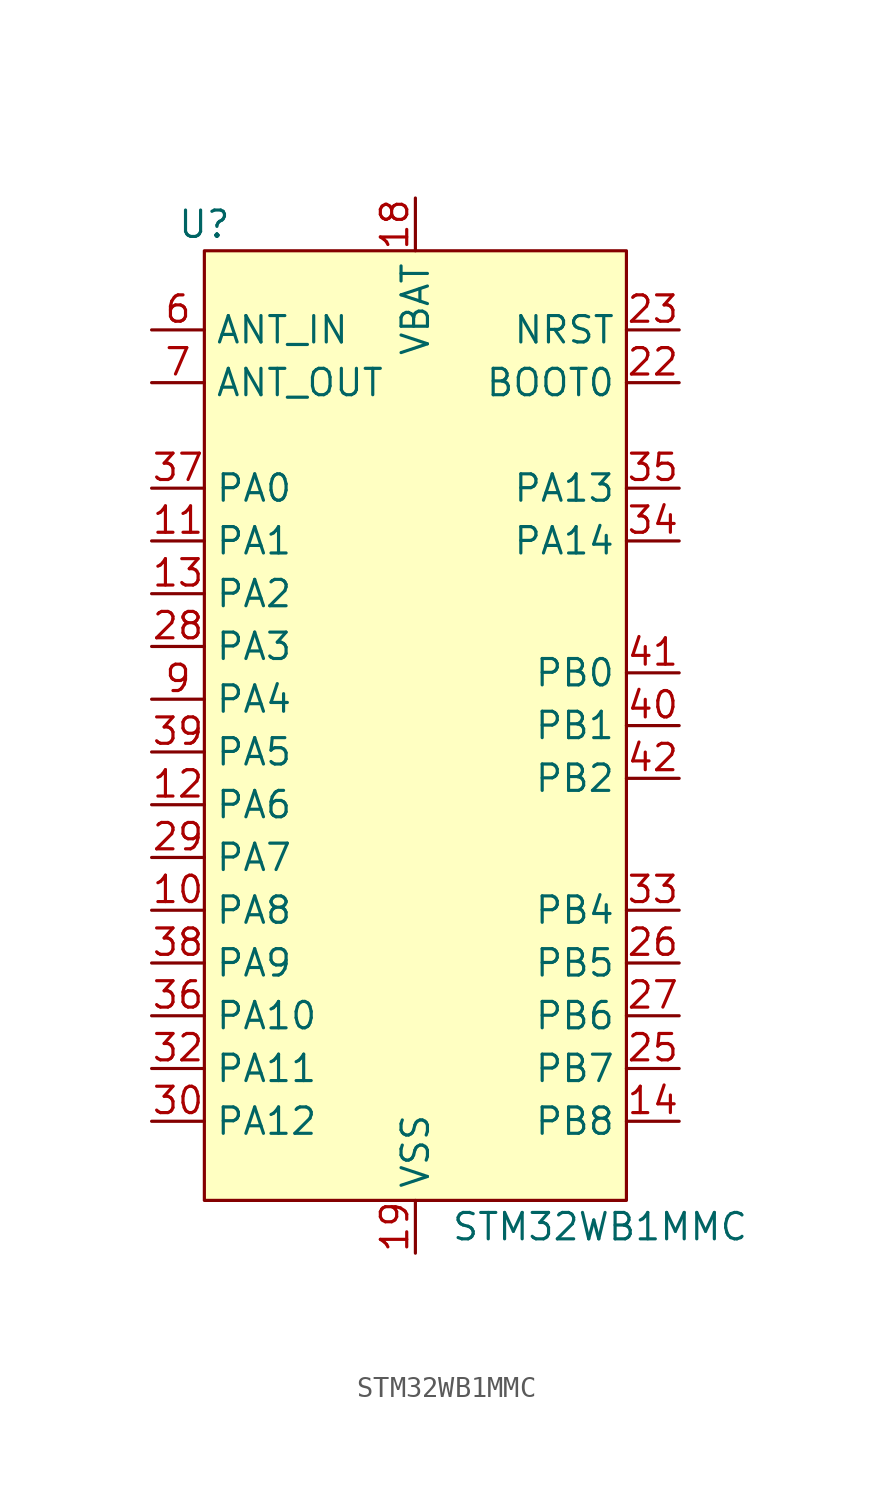
<source format=kicad_sym>
(kicad_symbol_lib
  (version 20241209)
  (generator "kicad_symbol_editor")
  (generator_version "9.0")
  (symbol "STM32WB1MMC"
    (property "Reference" "U"
      (at -10.16 24.13 0)
      (effects (font (size 1.27 1.27))))
    (property "Value" "STM32WB1MMC"
      (at 8.89 -24.13 0)
      (effects (font (size 1.27 1.27))))
    (symbol "STM32WB1MMC_0_1"
      (pin output line (at -12.7 16.51 0) (length 2.54) (name "ANT_OUT" (effects (font (size 1.27 1.27)))) (number "7" (effects (font (size 1.27 1.27)))))
      (pin bidirectional line (at -12.7 11.43 0) (length 2.54) (name "PA0" (effects (font (size 1.27 1.27)))) (number "37" (effects (font (size 1.27 1.27)))))
      (pin bidirectional line (at -12.7 8.89 0) (length 2.54) (name "PA1" (effects (font (size 1.27 1.27)))) (number "11" (effects (font (size 1.27 1.27)))))
      (pin bidirectional line (at -12.7 6.35 0) (length 2.54) (name "PA2" (effects (font (size 1.27 1.27)))) (number "13" (effects (font (size 1.27 1.27)))))
      (pin bidirectional line (at -12.7 3.81 0) (length 2.54) (name "PA3" (effects (font (size 1.27 1.27)))) (number "28" (effects (font (size 1.27 1.27)))))
      (pin bidirectional line (at -12.7 1.27 0) (length 2.54) (name "PA4" (effects (font (size 1.27 1.27)))) (number "9" (effects (font (size 1.27 1.27)))))
      (pin bidirectional line (at -12.7 -1.27 0) (length 2.54) (name "PA5" (effects (font (size 1.27 1.27)))) (number "39" (effects (font (size 1.27 1.27)))))
      (pin bidirectional line (at -12.7 -3.81 0) (length 2.54) (name "PA6" (effects (font (size 1.27 1.27)))) (number "12" (effects (font (size 1.27 1.27)))))
      (pin bidirectional line (at -12.7 -6.35 0) (length 2.54) (name "PA7" (effects (font (size 1.27 1.27)))) (number "29" (effects (font (size 1.27 1.27)))))
      (pin bidirectional line (at -12.7 -8.89 0) (length 2.54) (name "PA8" (effects (font (size 1.27 1.27)))) (number "10" (effects (font (size 1.27 1.27)))))
      (pin bidirectional line (at -12.7 -11.43 0) (length 2.54) (name "PA9" (effects (font (size 1.27 1.27)))) (number "38" (effects (font (size 1.27 1.27)))))
      (pin bidirectional line (at -12.7 -13.97 0) (length 2.54) (name "PA10" (effects (font (size 1.27 1.27)))) (number "36" (effects (font (size 1.27 1.27)))))
      (pin bidirectional line (at -12.7 -16.51 0) (length 2.54) (name "PA11" (effects (font (size 1.27 1.27)))) (number "32" (effects (font (size 1.27 1.27)))))
      (pin bidirectional line (at -12.7 -19.05 0) (length 2.54) (name "PA12" (effects (font (size 1.27 1.27)))) (number "30" (effects (font (size 1.27 1.27)))))
      (pin passive line (at 0 25.4 270) (length 2.54) (hide yes) (name "VDDA" (effects (font (size 1.27 1.27)))) (number "16" (effects (font (size 1.27 1.27)))))
      (pin power_in line (at 0 25.4 270) (length 2.54) (name "VBAT" (effects (font (size 1.27 1.27)))) (number "18" (effects (font (size 1.27 1.27)))))
      (pin passive line (at 0 25.4 270) (length 2.54) (hide yes) (name "VDDSMPS" (effects (font (size 1.27 1.27)))) (number "20" (effects (font (size 1.27 1.27)))))
      (pin passive line (at 0 -25.4 90) (length 2.54) (hide yes) (name "VSS" (effects (font (size 1.27 1.27)))) (number "1" (effects (font (size 1.27 1.27)))))
      (pin passive line (at 0 -25.4 90) (length 2.54) (hide yes) (name "VSS" (effects (font (size 1.27 1.27)))) (number "15" (effects (font (size 1.27 1.27)))))
      (pin passive line (at 0 -25.4 90) (length 2.54) (hide yes) (name "VSS" (effects (font (size 1.27 1.27)))) (number "17" (effects (font (size 1.27 1.27)))))
      (pin power_in line (at 0 -25.4 90) (length 2.54) (name "VSS" (effects (font (size 1.27 1.27)))) (number "19" (effects (font (size 1.27 1.27)))))
      (pin passive line (at 0 -25.4 90) (length 2.54) (hide yes) (name "VSS" (effects (font (size 1.27 1.27)))) (number "2" (effects (font (size 1.27 1.27)))))
      (pin passive line (at 0 -25.4 90) (length 2.54) (hide yes) (name "VSSSMPS" (effects (font (size 1.27 1.27)))) (number "21" (effects (font (size 1.27 1.27)))))
      (pin passive line (at 0 -25.4 90) (length 2.54) (hide yes) (name "VSS" (effects (font (size 1.27 1.27)))) (number "24" (effects (font (size 1.27 1.27)))))
      (pin passive line (at 0 -25.4 90) (length 2.54) (hide yes) (name "VSS" (effects (font (size 1.27 1.27)))) (number "3" (effects (font (size 1.27 1.27)))))
      (pin passive line (at 0 -25.4 90) (length 2.54) (hide yes) (name "VSS" (effects (font (size 1.27 1.27)))) (number "31" (effects (font (size 1.27 1.27)))))
      (pin passive line (at 0 -25.4 90) (length 2.54) (hide yes) (name "VSS" (effects (font (size 1.27 1.27)))) (number "4" (effects (font (size 1.27 1.27)))))
      (pin passive line (at 0 -25.4 90) (length 2.54) (hide yes) (name "VSS" (effects (font (size 1.27 1.27)))) (number "43" (effects (font (size 1.27 1.27)))))
      (pin passive line (at 0 -25.4 90) (length 2.54) (hide yes) (name "VSS" (effects (font (size 1.27 1.27)))) (number "44" (effects (font (size 1.27 1.27)))))
      (pin passive line (at 0 -25.4 90) (length 2.54) (hide yes) (name "VSS" (effects (font (size 1.27 1.27)))) (number "45" (effects (font (size 1.27 1.27)))))
      (pin passive line (at 0 -25.4 90) (length 2.54) (hide yes) (name "VSS" (effects (font (size 1.27 1.27)))) (number "46" (effects (font (size 1.27 1.27)))))
      (pin passive line (at 0 -25.4 90) (length 2.54) (hide yes) (name "VSS" (effects (font (size 1.27 1.27)))) (number "47" (effects (font (size 1.27 1.27)))))
      (pin passive line (at 0 -25.4 90) (length 2.54) (hide yes) (name "VSS" (effects (font (size 1.27 1.27)))) (number "48" (effects (font (size 1.27 1.27)))))
      (pin passive line (at 0 -25.4 90) (length 2.54) (hide yes) (name "VSS" (effects (font (size 1.27 1.27)))) (number "49" (effects (font (size 1.27 1.27)))))
      (pin passive line (at 0 -25.4 90) (length 2.54) (hide yes) (name "VSSRF" (effects (font (size 1.27 1.27)))) (number "5" (effects (font (size 1.27 1.27)))))
      (pin passive line (at 0 -25.4 90) (length 2.54) (hide yes) (name "VSS" (effects (font (size 1.27 1.27)))) (number "50" (effects (font (size 1.27 1.27)))))
      (pin passive line (at 0 -25.4 90) (length 2.54) (hide yes) (name "VSS" (effects (font (size 1.27 1.27)))) (number "51" (effects (font (size 1.27 1.27)))))
      (pin passive line (at 0 -25.4 90) (length 2.54) (hide yes) (name "VSS" (effects (font (size 1.27 1.27)))) (number "52" (effects (font (size 1.27 1.27)))))
      (pin passive line (at 0 -25.4 90) (length 2.54) (hide yes) (name "VSS" (effects (font (size 1.27 1.27)))) (number "53" (effects (font (size 1.27 1.27)))))
      (pin passive line (at 0 -25.4 90) (length 2.54) (hide yes) (name "VSS" (effects (font (size 1.27 1.27)))) (number "54" (effects (font (size 1.27 1.27)))))
      (pin passive line (at 0 -25.4 90) (length 2.54) (hide yes) (name "VSS" (effects (font (size 1.27 1.27)))) (number "55" (effects (font (size 1.27 1.27)))))
      (pin passive line (at 0 -25.4 90) (length 2.54) (hide yes) (name "VSS" (effects (font (size 1.27 1.27)))) (number "56" (effects (font (size 1.27 1.27)))))
      (pin passive line (at 0 -25.4 90) (length 2.54) (hide yes) (name "VSS" (effects (font (size 1.27 1.27)))) (number "57" (effects (font (size 1.27 1.27)))))
      (pin passive line (at 0 -25.4 90) (length 2.54) (hide yes) (name "VSS" (effects (font (size 1.27 1.27)))) (number "58" (effects (font (size 1.27 1.27)))))
      (pin passive line (at 0 -25.4 90) (length 2.54) (hide yes) (name "VSS" (effects (font (size 1.27 1.27)))) (number "59" (effects (font (size 1.27 1.27)))))
      (pin passive line (at 0 -25.4 90) (length 2.54) (hide yes) (name "VSS" (effects (font (size 1.27 1.27)))) (number "60" (effects (font (size 1.27 1.27)))))
      (pin passive line (at 0 -25.4 90) (length 2.54) (hide yes) (name "VSS" (effects (font (size 1.27 1.27)))) (number "61" (effects (font (size 1.27 1.27)))))
      (pin passive line (at 0 -25.4 90) (length 2.54) (hide yes) (name "VSS" (effects (font (size 1.27 1.27)))) (number "62" (effects (font (size 1.27 1.27)))))
      (pin passive line (at 0 -25.4 90) (length 2.54) (hide yes) (name "VSS" (effects (font (size 1.27 1.27)))) (number "63" (effects (font (size 1.27 1.27)))))
      (pin passive line (at 0 -25.4 90) (length 2.54) (hide yes) (name "VSS" (effects (font (size 1.27 1.27)))) (number "64" (effects (font (size 1.27 1.27)))))
      (pin passive line (at 0 -25.4 90) (length 2.54) (hide yes) (name "VSS" (effects (font (size 1.27 1.27)))) (number "65" (effects (font (size 1.27 1.27)))))
      (pin passive line (at 0 -25.4 90) (length 2.54) (hide yes) (name "VSS" (effects (font (size 1.27 1.27)))) (number "66" (effects (font (size 1.27 1.27)))))
      (pin passive line (at 0 -25.4 90) (length 2.54) (hide yes) (name "VSS" (effects (font (size 1.27 1.27)))) (number "67" (effects (font (size 1.27 1.27)))))
      (pin passive line (at 0 -25.4 90) (length 2.54) (hide yes) (name "VSS" (effects (font (size 1.27 1.27)))) (number "68" (effects (font (size 1.27 1.27)))))
      (pin passive line (at 0 -25.4 90) (length 2.54) (hide yes) (name "VSS" (effects (font (size 1.27 1.27)))) (number "69" (effects (font (size 1.27 1.27)))))
      (pin passive line (at 0 -25.4 90) (length 2.54) (hide yes) (name "VSS" (effects (font (size 1.27 1.27)))) (number "70" (effects (font (size 1.27 1.27)))))
      (pin passive line (at 0 -25.4 90) (length 2.54) (hide yes) (name "VSS" (effects (font (size 1.27 1.27)))) (number "71" (effects (font (size 1.27 1.27)))))
      (pin passive line (at 0 -25.4 90) (length 2.54) (hide yes) (name "VSS" (effects (font (size 1.27 1.27)))) (number "72" (effects (font (size 1.27 1.27)))))
      (pin passive line (at 0 -25.4 90) (length 2.54) (hide yes) (name "VSS" (effects (font (size 1.27 1.27)))) (number "73" (effects (font (size 1.27 1.27)))))
      (pin passive line (at 0 -25.4 90) (length 2.54) (hide yes) (name "VSS" (effects (font (size 1.27 1.27)))) (number "74" (effects (font (size 1.27 1.27)))))
      (pin passive line (at 0 -25.4 90) (length 2.54) (hide yes) (name "VSS" (effects (font (size 1.27 1.27)))) (number "75" (effects (font (size 1.27 1.27)))))
      (pin passive line (at 0 -25.4 90) (length 2.54) (hide yes) (name "VSS" (effects (font (size 1.27 1.27)))) (number "76" (effects (font (size 1.27 1.27)))))
      (pin passive line (at 0 -25.4 90) (length 2.54) (hide yes) (name "VSS" (effects (font (size 1.27 1.27)))) (number "77" (effects (font (size 1.27 1.27)))))
      (pin passive line (at 0 -25.4 90) (length 2.54) (hide yes) (name "VSSRF" (effects (font (size 1.27 1.27)))) (number "8" (effects (font (size 1.27 1.27)))))
      (pin bidirectional line (at 12.7 19.05 180) (length 2.54) (name "NRST" (effects (font (size 1.27 1.27)))) (number "23" (effects (font (size 1.27 1.27)))))
      (pin input line (at 12.7 16.51 180) (length 2.54) (name "BOOT0" (effects (font (size 1.27 1.27)))) (number "22" (effects (font (size 1.27 1.27)))))
      (pin bidirectional line (at 12.7 11.43 180) (length 2.54) (name "PA13" (effects (font (size 1.27 1.27)))) (number "35" (effects (font (size 1.27 1.27)))))
      (pin bidirectional line (at 12.7 8.89 180) (length 2.54) (name "PA14" (effects (font (size 1.27 1.27)))) (number "34" (effects (font (size 1.27 1.27)))))
      (pin bidirectional line (at 12.7 2.54 180) (length 2.54) (name "PB0" (effects (font (size 1.27 1.27)))) (number "41" (effects (font (size 1.27 1.27)))))
      (pin bidirectional line (at 12.7 0 180) (length 2.54) (name "PB1" (effects (font (size 1.27 1.27)))) (number "40" (effects (font (size 1.27 1.27)))))
      (pin bidirectional line (at 12.7 -2.54 180) (length 2.54) (name "PB2" (effects (font (size 1.27 1.27)))) (number "42" (effects (font (size 1.27 1.27)))))
      (pin bidirectional line (at 12.7 -8.89 180) (length 2.54) (name "PB4" (effects (font (size 1.27 1.27)))) (number "33" (effects (font (size 1.27 1.27)))))
      (pin bidirectional line (at 12.7 -11.43 180) (length 2.54) (name "PB5" (effects (font (size 1.27 1.27)))) (number "26" (effects (font (size 1.27 1.27)))))
      (pin bidirectional line (at 12.7 -13.97 180) (length 2.54) (name "PB6" (effects (font (size 1.27 1.27)))) (number "27" (effects (font (size 1.27 1.27)))))
      (pin bidirectional line (at 12.7 -16.51 180) (length 2.54) (name "PB7" (effects (font (size 1.27 1.27)))) (number "25" (effects (font (size 1.27 1.27)))))
      (pin bidirectional line (at 12.7 -19.05 180) (length 2.54) (name "PB8" (effects (font (size 1.27 1.27)))) (number "14" (effects (font (size 1.27 1.27))))))
    (symbol "STM32WB1MMC_1_1"
      (rectangle (start -10.16 22.86) (end 10.16 -22.86) (stroke (width 0) (type solid)) (fill (type color) (color 255 255 194 1)))
      (pin input line (at -12.7 19.05 0) (length 2.54) (name "ANT_IN" (effects (font (size 1.27 1.27)))) (number "6" (effects (font (size 1.27 1.27))))))))
</source>
